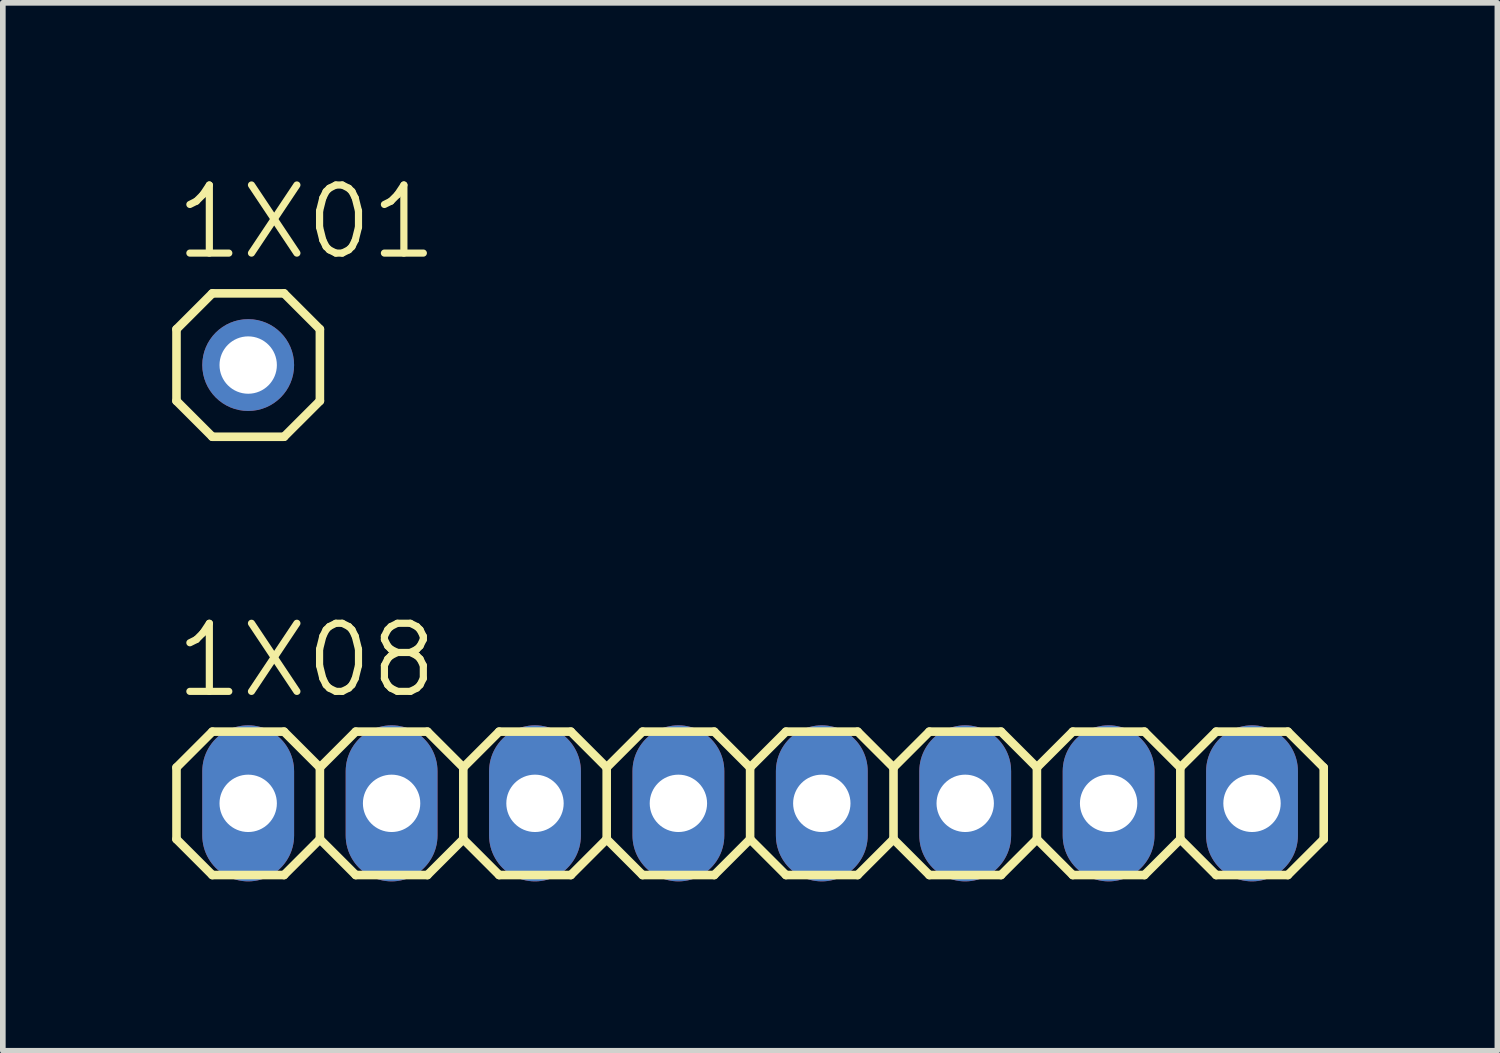
<source format=kicad_pcb>
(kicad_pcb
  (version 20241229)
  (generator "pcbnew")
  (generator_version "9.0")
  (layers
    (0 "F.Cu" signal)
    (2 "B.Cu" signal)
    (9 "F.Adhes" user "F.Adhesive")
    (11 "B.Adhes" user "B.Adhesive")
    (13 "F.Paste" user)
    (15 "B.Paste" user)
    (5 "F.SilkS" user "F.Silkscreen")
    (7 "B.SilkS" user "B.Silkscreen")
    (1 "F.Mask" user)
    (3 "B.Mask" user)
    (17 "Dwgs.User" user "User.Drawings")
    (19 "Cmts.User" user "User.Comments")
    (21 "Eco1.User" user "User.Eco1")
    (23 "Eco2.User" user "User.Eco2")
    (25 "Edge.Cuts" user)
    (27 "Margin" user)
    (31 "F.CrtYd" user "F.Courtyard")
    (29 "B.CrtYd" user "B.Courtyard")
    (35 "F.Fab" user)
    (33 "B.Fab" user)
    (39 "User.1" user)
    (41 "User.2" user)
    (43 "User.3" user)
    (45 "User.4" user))
  (footprint "1X08"
    (layer "F.Cu")
    (at 10.236 11.179)
    (property "Reference" "1X08" (at -10.236 -1.829 0) (layer "F.SilkS") (effects (font (size 1.206 1.206) (thickness 0.127)) (justify left bottom)))
    (attr through_hole)
    (fp_line (start -10.16 -0.635) (end -10.16 0.635) (stroke (width 0.152) (type solid)) (layer "F.SilkS"))
    (fp_line (start -10.16 0.635) (end -9.525 1.27) (stroke (width 0.152) (type solid)) (layer "F.SilkS"))
    (fp_line (start -9.525 -1.27) (end -10.16 -0.635) (stroke (width 0.152) (type solid)) (layer "F.SilkS"))
    (fp_line (start -9.525 -1.27) (end -8.255 -1.27) (stroke (width 0.152) (type solid)) (layer "F.SilkS"))
    (fp_line (start -8.255 -1.27) (end -7.62 -0.635) (stroke (width 0.152) (type solid)) (layer "F.SilkS"))
    (fp_line (start -8.255 1.27) (end -9.525 1.27) (stroke (width 0.152) (type solid)) (layer "F.SilkS"))
    (fp_line (start -7.62 -0.635) (end -7.62 0.635) (stroke (width 0.152) (type solid)) (layer "F.SilkS"))
    (fp_line (start -7.62 -0.635) (end -6.985 -1.27) (stroke (width 0.152) (type solid)) (layer "F.SilkS"))
    (fp_line (start -7.62 0.635) (end -8.255 1.27) (stroke (width 0.152) (type solid)) (layer "F.SilkS"))
    (fp_line (start -6.985 -1.27) (end -5.715 -1.27) (stroke (width 0.152) (type solid)) (layer "F.SilkS"))
    (fp_line (start -6.985 1.27) (end -7.62 0.635) (stroke (width 0.152) (type solid)) (layer "F.SilkS"))
    (fp_line (start -5.715 -1.27) (end -5.08 -0.635) (stroke (width 0.152) (type solid)) (layer "F.SilkS"))
    (fp_line (start -5.715 1.27) (end -6.985 1.27) (stroke (width 0.152) (type solid)) (layer "F.SilkS"))
    (fp_line (start -5.08 -0.635) (end -5.08 0.635) (stroke (width 0.152) (type solid)) (layer "F.SilkS"))
    (fp_line (start -5.08 -0.635) (end -4.445 -1.27) (stroke (width 0.152) (type solid)) (layer "F.SilkS"))
    (fp_line (start -5.08 0.635) (end -5.715 1.27) (stroke (width 0.152) (type solid)) (layer "F.SilkS"))
    (fp_line (start -4.445 -1.27) (end -3.175 -1.27) (stroke (width 0.152) (type solid)) (layer "F.SilkS"))
    (fp_line (start -4.445 1.27) (end -5.08 0.635) (stroke (width 0.152) (type solid)) (layer "F.SilkS"))
    (fp_line (start -3.175 -1.27) (end -2.54 -0.635) (stroke (width 0.152) (type solid)) (layer "F.SilkS"))
    (fp_line (start -3.175 1.27) (end -4.445 1.27) (stroke (width 0.152) (type solid)) (layer "F.SilkS"))
    (fp_line (start -2.54 -0.635) (end -2.54 0.635) (stroke (width 0.152) (type solid)) (layer "F.SilkS"))
    (fp_line (start -2.54 0.635) (end -3.175 1.27) (stroke (width 0.152) (type solid)) (layer "F.SilkS"))
    (fp_line (start -2.54 0.635) (end -1.905 1.27) (stroke (width 0.152) (type solid)) (layer "F.SilkS"))
    (fp_line (start -1.905 -1.27) (end -2.54 -0.635) (stroke (width 0.152) (type solid)) (layer "F.SilkS"))
    (fp_line (start -1.905 -1.27) (end -0.635 -1.27) (stroke (width 0.152) (type solid)) (layer "F.SilkS"))
    (fp_line (start -0.635 -1.27) (end 0 -0.635) (stroke (width 0.152) (type solid)) (layer "F.SilkS"))
    (fp_line (start -0.635 1.27) (end -1.905 1.27) (stroke (width 0.152) (type solid)) (layer "F.SilkS"))
    (fp_line (start 0 -0.635) (end 0 0.635) (stroke (width 0.152) (type solid)) (layer "F.SilkS"))
    (fp_line (start 0 -0.635) (end 0.635 -1.27) (stroke (width 0.152) (type solid)) (layer "F.SilkS"))
    (fp_line (start 0 0.635) (end -0.635 1.27) (stroke (width 0.152) (type solid)) (layer "F.SilkS"))
    (fp_line (start 0.635 -1.27) (end 1.905 -1.27) (stroke (width 0.152) (type solid)) (layer "F.SilkS"))
    (fp_line (start 0.635 1.27) (end 0 0.635) (stroke (width 0.152) (type solid)) (layer "F.SilkS"))
    (fp_line (start 1.905 -1.27) (end 2.54 -0.635) (stroke (width 0.152) (type solid)) (layer "F.SilkS"))
    (fp_line (start 1.905 1.27) (end 0.635 1.27) (stroke (width 0.152) (type solid)) (layer "F.SilkS"))
    (fp_line (start 2.54 -0.635) (end 2.54 0.635) (stroke (width 0.152) (type solid)) (layer "F.SilkS"))
    (fp_line (start 2.54 -0.635) (end 3.175 -1.27) (stroke (width 0.152) (type solid)) (layer "F.SilkS"))
    (fp_line (start 2.54 0.635) (end 1.905 1.27) (stroke (width 0.152) (type solid)) (layer "F.SilkS"))
    (fp_line (start 3.175 -1.27) (end 4.445 -1.27) (stroke (width 0.152) (type solid)) (layer "F.SilkS"))
    (fp_line (start 3.175 1.27) (end 2.54 0.635) (stroke (width 0.152) (type solid)) (layer "F.SilkS"))
    (fp_line (start 4.445 -1.27) (end 5.08 -0.635) (stroke (width 0.152) (type solid)) (layer "F.SilkS"))
    (fp_line (start 4.445 1.27) (end 3.175 1.27) (stroke (width 0.152) (type solid)) (layer "F.SilkS"))
    (fp_line (start 5.08 -0.635) (end 5.08 0.635) (stroke (width 0.152) (type solid)) (layer "F.SilkS"))
    (fp_line (start 5.08 0.635) (end 4.445 1.27) (stroke (width 0.152) (type solid)) (layer "F.SilkS"))
    (fp_line (start 5.08 0.635) (end 5.715 1.27) (stroke (width 0.152) (type solid)) (layer "F.SilkS"))
    (fp_line (start 5.715 -1.27) (end 5.08 -0.635) (stroke (width 0.152) (type solid)) (layer "F.SilkS"))
    (fp_line (start 5.715 -1.27) (end 6.985 -1.27) (stroke (width 0.152) (type solid)) (layer "F.SilkS"))
    (fp_line (start 6.985 -1.27) (end 7.62 -0.635) (stroke (width 0.152) (type solid)) (layer "F.SilkS"))
    (fp_line (start 6.985 1.27) (end 5.715 1.27) (stroke (width 0.152) (type solid)) (layer "F.SilkS"))
    (fp_line (start 7.62 -0.635) (end 7.62 0.635) (stroke (width 0.152) (type solid)) (layer "F.SilkS"))
    (fp_line (start 7.62 0.635) (end 6.985 1.27) (stroke (width 0.152) (type solid)) (layer "F.SilkS"))
    (fp_line (start 7.62 0.635) (end 8.255 1.27) (stroke (width 0.152) (type solid)) (layer "F.SilkS"))
    (fp_line (start 8.255 -1.27) (end 7.62 -0.635) (stroke (width 0.152) (type solid)) (layer "F.SilkS"))
    (fp_line (start 8.255 -1.27) (end 9.525 -1.27) (stroke (width 0.152) (type solid)) (layer "F.SilkS"))
    (fp_line (start 9.525 -1.27) (end 10.16 -0.635) (stroke (width 0.152) (type solid)) (layer "F.SilkS"))
    (fp_line (start 9.525 1.27) (end 8.255 1.27) (stroke (width 0.152) (type solid)) (layer "F.SilkS"))
    (fp_line (start 10.16 -0.635) (end 10.16 0.635) (stroke (width 0.152) (type solid)) (layer "F.SilkS"))
    (fp_line (start 10.16 0.635) (end 9.525 1.27) (stroke (width 0.152) (type solid)) (layer "F.SilkS"))
    (fp_poly (pts (xy -9.144 0.254) (xy -8.636 0.254) (xy -8.636 -0.254) (xy -9.144 -0.254)) (stroke (width 0.1) (type solid)) (fill no) (layer "F.Fab"))
    (fp_poly (pts (xy -6.604 0.254) (xy -6.096 0.254) (xy -6.096 -0.254) (xy -6.604 -0.254)) (stroke (width 0.1) (type solid)) (fill no) (layer "F.Fab"))
    (fp_poly (pts (xy -4.064 0.254) (xy -3.556 0.254) (xy -3.556 -0.254) (xy -4.064 -0.254)) (stroke (width 0.1) (type solid)) (fill no) (layer "F.Fab"))
    (fp_poly (pts (xy -1.524 0.254) (xy -1.016 0.254) (xy -1.016 -0.254) (xy -1.524 -0.254)) (stroke (width 0.1) (type solid)) (fill no) (layer "F.Fab"))
    (fp_poly (pts (xy 1.016 0.254) (xy 1.524 0.254) (xy 1.524 -0.254) (xy 1.016 -0.254)) (stroke (width 0.1) (type solid)) (fill no) (layer "F.Fab"))
    (fp_poly (pts (xy 3.556 0.254) (xy 4.064 0.254) (xy 4.064 -0.254) (xy 3.556 -0.254)) (stroke (width 0.1) (type solid)) (fill no) (layer "F.Fab"))
    (fp_poly (pts (xy 6.096 0.254) (xy 6.604 0.254) (xy 6.604 -0.254) (xy 6.096 -0.254)) (stroke (width 0.1) (type solid)) (fill no) (layer "F.Fab"))
    (fp_poly (pts (xy 8.636 0.254) (xy 9.144 0.254) (xy 9.144 -0.254) (xy 8.636 -0.254)) (stroke (width 0.1) (type solid)) (fill no) (layer "F.Fab"))
    (pad "1" thru_hole oval (at -8.89 0 90) (size 2.764 1.626) (drill 1.016) (layers "*.Cu" "*.Mask"))
    (pad "2" thru_hole oval (at -6.35 0 90) (size 2.764 1.626) (drill 1.016) (layers "*.Cu" "*.Mask"))
    (pad "3" thru_hole oval (at -3.81 0 90) (size 2.764 1.626) (drill 1.016) (layers "*.Cu" "*.Mask"))
    (pad "4" thru_hole oval (at -1.27 0 90) (size 2.764 1.626) (drill 1.016) (layers "*.Cu" "*.Mask"))
    (pad "5" thru_hole oval (at 1.27 0 90) (size 2.764 1.626) (drill 1.016) (layers "*.Cu" "*.Mask"))
    (pad "6" thru_hole oval (at 3.81 0 90) (size 2.764 1.626) (drill 1.016) (layers "*.Cu" "*.Mask"))
    (pad "7" thru_hole oval (at 6.35 0 90) (size 2.764 1.626) (drill 1.016) (layers "*.Cu" "*.Mask"))
    (pad "8" thru_hole oval (at 8.89 0 90) (size 2.764 1.626) (drill 1.016) (layers "*.Cu" "*.Mask")))
  (footprint "1X01"
    (layer "F.Cu")
    (at 1.346 3.416)
    (property "Reference" "1X01" (at -1.346 -1.829 0) (layer "F.SilkS") (effects (font (size 1.206 1.206) (thickness 0.127)) (justify left bottom)))
    (attr through_hole)
    (fp_line (start -1.27 -0.635) (end -1.27 0.635) (stroke (width 0.152) (type solid)) (layer "F.SilkS"))
    (fp_line (start -1.27 0.635) (end -0.635 1.27) (stroke (width 0.152) (type solid)) (layer "F.SilkS"))
    (fp_line (start -0.635 -1.27) (end -1.27 -0.635) (stroke (width 0.152) (type solid)) (layer "F.SilkS"))
    (fp_line (start -0.635 -1.27) (end 0.635 -1.27) (stroke (width 0.152) (type solid)) (layer "F.SilkS"))
    (fp_line (start 0.635 -1.27) (end 1.27 -0.635) (stroke (width 0.152) (type solid)) (layer "F.SilkS"))
    (fp_line (start 0.635 1.27) (end -0.635 1.27) (stroke (width 0.152) (type solid)) (layer "F.SilkS"))
    (fp_line (start 1.27 -0.635) (end 1.27 0.635) (stroke (width 0.152) (type solid)) (layer "F.SilkS"))
    (fp_line (start 1.27 0.635) (end 0.635 1.27) (stroke (width 0.152) (type solid)) (layer "F.SilkS"))
    (fp_poly (pts (xy -0.254 0.254) (xy 0.254 0.254) (xy 0.254 -0.254) (xy -0.254 -0.254)) (stroke (width 0.1) (type solid)) (fill no) (layer "F.Fab"))
    (pad "1" thru_hole circle (at 0 0) (size 1.626 1.626) (drill 1.016) (layers "*.Cu" "*.Mask")))
  (gr_rect
    (start -3 -3)
    (end 23.472 15.561)
    (stroke (width 0.1) (type default))
    (fill no)
    (layer "Edge.Cuts")))
</source>
